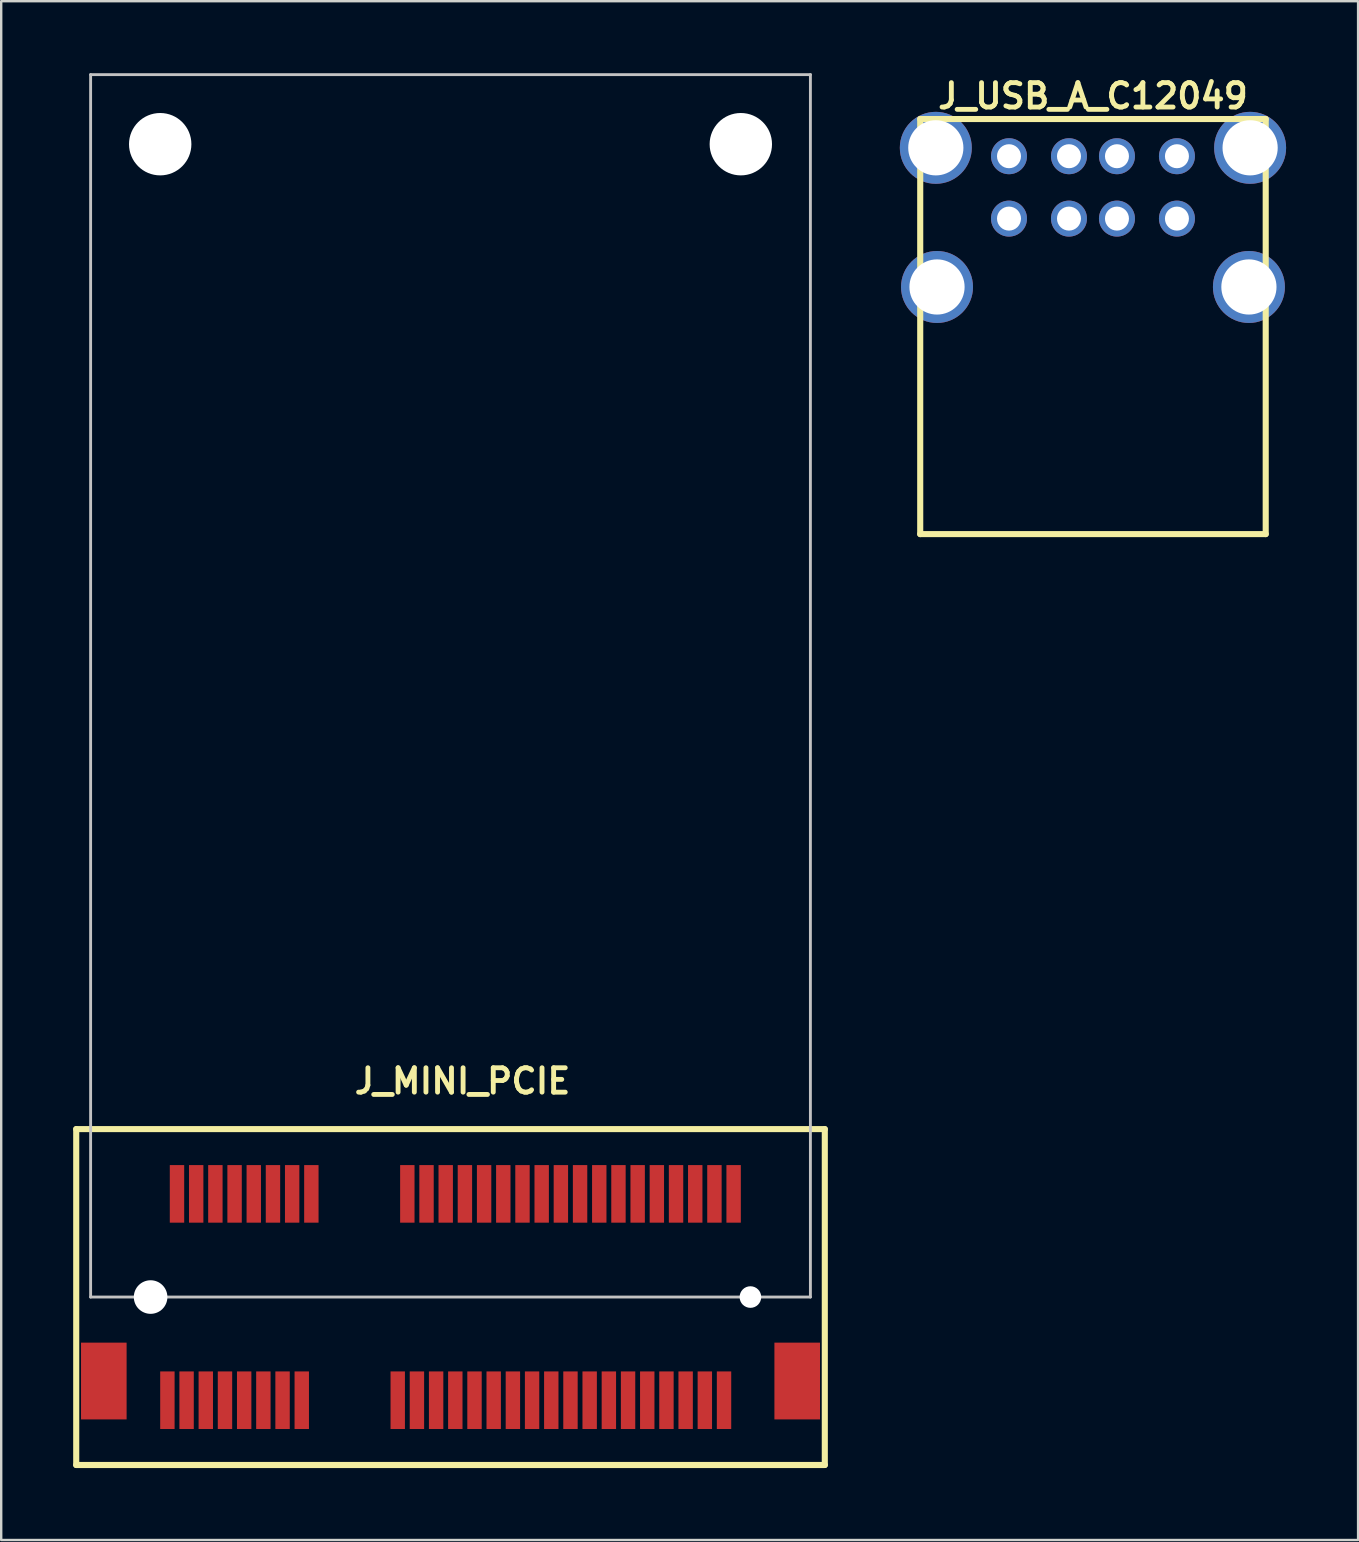
<source format=kicad_pcb>
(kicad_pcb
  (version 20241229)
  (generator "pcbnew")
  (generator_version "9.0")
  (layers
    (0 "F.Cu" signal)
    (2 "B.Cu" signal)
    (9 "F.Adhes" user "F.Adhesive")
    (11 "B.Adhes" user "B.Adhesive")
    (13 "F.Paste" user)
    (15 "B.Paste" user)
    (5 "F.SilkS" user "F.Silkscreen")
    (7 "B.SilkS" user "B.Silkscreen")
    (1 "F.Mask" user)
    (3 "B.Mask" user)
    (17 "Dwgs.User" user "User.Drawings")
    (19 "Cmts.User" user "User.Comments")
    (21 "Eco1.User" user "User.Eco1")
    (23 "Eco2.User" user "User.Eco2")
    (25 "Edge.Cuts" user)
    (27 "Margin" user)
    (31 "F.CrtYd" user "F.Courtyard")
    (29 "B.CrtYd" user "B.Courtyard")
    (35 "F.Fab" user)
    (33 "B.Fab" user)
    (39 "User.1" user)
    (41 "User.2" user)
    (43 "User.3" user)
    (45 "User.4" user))
  (footprint "J_USB_A_C12049"
    (layer "F.Cu")
    (at 42.504 4.761)
    (property "Reference" "J_USB_A_C12049" (at 0 -3.81 0) (layer "F.SilkS") (effects (font (size 1.016 1.016) (thickness 0.203))))
    (property "Value" "${VALUE}" (at 0 16 0) (layer "F.SilkS") (hide yes) (effects (font (size 1.016 0.914) (thickness 0.203))))
    (attr through_hole)
    (fp_line (start -7.2 -2.85) (end -7.2 14.45) (stroke (width 0.254) (type solid)) (layer "F.SilkS"))
    (fp_line (start -7.2 -2.85) (end 7.2 -2.85) (stroke (width 0.254) (type solid)) (layer "F.SilkS"))
    (fp_line (start -7.2 14.45) (end 7.2 14.45) (stroke (width 0.254) (type solid)) (layer "F.SilkS"))
    (fp_line (start 7.2 -2.85) (end 7.2 14.45) (stroke (width 0.254) (type solid)) (layer "F.SilkS"))
    (pad "1" thru_hole circle (at -3.5 -1.3) (size 1.5 1.5) (drill 1) (layers "*.Cu" "*.Mask"))
    (pad "2" thru_hole circle (at -1 -1.3) (size 1.5 1.5) (drill 1) (layers "*.Cu" "*.Mask"))
    (pad "3" thru_hole circle (at 1 -1.3) (size 1.5 1.5) (drill 1) (layers "*.Cu" "*.Mask"))
    (pad "4" thru_hole circle (at 3.5 -1.3) (size 1.5 1.5) (drill 1) (layers "*.Cu" "*.Mask"))
    (pad "5" thru_hole circle (at -3.5 1.3) (size 1.5 1.5) (drill 1) (layers "*.Cu" "*.Mask"))
    (pad "6" thru_hole circle (at -1 1.3) (size 1.5 1.5) (drill 1) (layers "*.Cu" "*.Mask"))
    (pad "7" thru_hole circle (at 1 1.3) (size 1.5 1.5) (drill 1) (layers "*.Cu" "*.Mask"))
    (pad "8" thru_hole circle (at 3.5 1.3) (size 1.5 1.5) (drill 1) (layers "*.Cu" "*.Mask"))
    (pad "S1" thru_hole circle (at -6.55 -1.65) (size 3 3) (drill 2.3) (layers "*.Cu" "*.Mask"))
    (pad "S2" thru_hole circle (at 6.55 -1.65) (size 3 3) (drill 2.3) (layers "*.Cu" "*.Mask"))
    (pad "S3" thru_hole circle (at -6.5 4.15) (size 3 3) (drill 2.3) (layers "*.Cu" "*.Mask"))
    (pad "S4" thru_hole circle (at 6.5 4.15) (size 3 3) (drill 2.3) (layers "*.Cu" "*.Mask")))
  (footprint "J_MINI_PCIE"
    (layer "F.Cu")
    (at 3.227 51.01)
    (property "Reference" "J_MINI_PCIE" (at 13 -9 180) (layer "F.SilkS") (effects (font (size 1.016 1.016) (thickness 0.203))))
    (property "Value" "${VALUE}" (at 13 9 180) (layer "F.SilkS") (hide yes) (effects (font (size 1.016 0.914) (thickness 0.203) (italic yes))))
    (attr through_hole)
    (fp_line (start -3.1 -7) (end -3.1 7) (stroke (width 0.254) (type solid)) (layer "F.SilkS"))
    (fp_line (start -3.1 7) (end 28.1 7) (stroke (width 0.254) (type solid)) (layer "F.SilkS"))
    (fp_line (start 28.1 -7) (end -3.1 -7) (stroke (width 0.254) (type solid)) (layer "F.SilkS"))
    (fp_line (start 28.1 7) (end 28.1 -7) (stroke (width 0.254) (type solid)) (layer "F.SilkS"))
    (fp_line (start -2.5 -50.95) (end -2.5 0) (stroke (width 0.12) (type solid)) (layer "Dwgs.User"))
    (fp_line (start -2.5 -50.95) (end 27.5 -50.95) (stroke (width 0.12) (type solid)) (layer "Dwgs.User"))
    (fp_line (start -2.5 0) (end 27.5 0) (stroke (width 0.12) (type solid)) (layer "Dwgs.User"))
    (fp_line (start 27.5 -50.95) (end 27.5 0) (stroke (width 0.12) (type solid)) (layer "Dwgs.User"))
    (pad "" np_thru_hole circle (at 0 0) (size 1.4 1.4) (drill 1.4) (layers "*.Cu" "*.Mask"))
    (pad "" np_thru_hole circle (at 0.4 -48.05) (size 2.6 2.6) (drill 2.6) (layers "*.Cu" "*.Mask"))
    (pad "" np_thru_hole circle (at 24.6 -48.05) (size 2.6 2.6) (drill 2.6) (layers "*.Cu" "*.Mask"))
    (pad "" np_thru_hole circle (at 25 0) (size 0.9 0.9) (drill 0.9) (layers "*.Cu" "*.Mask"))
    (pad "1" smd rect (at 0.7 4.3) (size 0.6 2.4) (layers "F.Cu" "F.Mask" "F.Paste"))
    (pad "2" smd rect (at 1.1 -4.3) (size 0.6 2.4) (layers "F.Cu" "F.Mask" "F.Paste"))
    (pad "3" smd rect (at 1.5 4.3) (size 0.6 2.4) (layers "F.Cu" "F.Mask" "F.Paste"))
    (pad "4" smd rect (at 1.9 -4.3) (size 0.6 2.4) (layers "F.Cu" "F.Mask" "F.Paste"))
    (pad "5" smd rect (at 2.3 4.3) (size 0.6 2.4) (layers "F.Cu" "F.Mask" "F.Paste"))
    (pad "6" smd rect (at 2.7 -4.3) (size 0.6 2.4) (layers "F.Cu" "F.Mask" "F.Paste"))
    (pad "7" smd rect (at 3.1 4.3) (size 0.6 2.4) (layers "F.Cu" "F.Mask" "F.Paste"))
    (pad "8" smd rect (at 3.5 -4.3) (size 0.6 2.4) (layers "F.Cu" "F.Mask" "F.Paste"))
    (pad "9" smd rect (at 3.9 4.3) (size 0.6 2.4) (layers "F.Cu" "F.Mask" "F.Paste"))
    (pad "10" smd rect (at 4.3 -4.3) (size 0.6 2.4) (layers "F.Cu" "F.Mask" "F.Paste"))
    (pad "11" smd rect (at 4.7 4.3) (size 0.6 2.4) (layers "F.Cu" "F.Mask" "F.Paste"))
    (pad "12" smd rect (at 5.1 -4.3) (size 0.6 2.4) (layers "F.Cu" "F.Mask" "F.Paste"))
    (pad "13" smd rect (at 5.5 4.3) (size 0.6 2.4) (layers "F.Cu" "F.Mask" "F.Paste"))
    (pad "14" smd rect (at 5.9 -4.3) (size 0.6 2.4) (layers "F.Cu" "F.Mask" "F.Paste"))
    (pad "15" smd rect (at 6.3 4.3) (size 0.6 2.4) (layers "F.Cu" "F.Mask" "F.Paste"))
    (pad "16" smd rect (at 6.7 -4.3) (size 0.6 2.4) (layers "F.Cu" "F.Mask" "F.Paste"))
    (pad "17" smd rect (at 10.3 4.3) (size 0.6 2.4) (layers "F.Cu" "F.Mask" "F.Paste"))
    (pad "18" smd rect (at 10.7 -4.3) (size 0.6 2.4) (layers "F.Cu" "F.Mask" "F.Paste"))
    (pad "19" smd rect (at 11.1 4.3) (size 0.6 2.4) (layers "F.Cu" "F.Mask" "F.Paste"))
    (pad "20" smd rect (at 11.5 -4.3) (size 0.6 2.4) (layers "F.Cu" "F.Mask" "F.Paste"))
    (pad "21" smd rect (at 11.9 4.3) (size 0.6 2.4) (layers "F.Cu" "F.Mask" "F.Paste"))
    (pad "22" smd rect (at 12.3 -4.3) (size 0.6 2.4) (layers "F.Cu" "F.Mask" "F.Paste"))
    (pad "23" smd rect (at 12.7 4.3) (size 0.6 2.4) (layers "F.Cu" "F.Mask" "F.Paste"))
    (pad "24" smd rect (at 13.1 -4.3) (size 0.6 2.4) (layers "F.Cu" "F.Mask" "F.Paste"))
    (pad "25" smd rect (at 13.5 4.3) (size 0.6 2.4) (layers "F.Cu" "F.Mask" "F.Paste"))
    (pad "26" smd rect (at 13.9 -4.3) (size 0.6 2.4) (layers "F.Cu" "F.Mask" "F.Paste"))
    (pad "27" smd rect (at 14.3 4.3) (size 0.6 2.4) (layers "F.Cu" "F.Mask" "F.Paste"))
    (pad "28" smd rect (at 14.7 -4.3) (size 0.6 2.4) (layers "F.Cu" "F.Mask" "F.Paste"))
    (pad "29" smd rect (at 15.1 4.3) (size 0.6 2.4) (layers "F.Cu" "F.Mask" "F.Paste"))
    (pad "30" smd rect (at 15.5 -4.3) (size 0.6 2.4) (layers "F.Cu" "F.Mask" "F.Paste"))
    (pad "31" smd rect (at 15.9 4.3) (size 0.6 2.4) (layers "F.Cu" "F.Mask" "F.Paste"))
    (pad "32" smd rect (at 16.3 -4.3) (size 0.6 2.4) (layers "F.Cu" "F.Mask" "F.Paste"))
    (pad "33" smd rect (at 16.7 4.3) (size 0.6 2.4) (layers "F.Cu" "F.Mask" "F.Paste"))
    (pad "34" smd rect (at 17.1 -4.3) (size 0.6 2.4) (layers "F.Cu" "F.Mask" "F.Paste"))
    (pad "35" smd rect (at 17.5 4.3) (size 0.6 2.4) (layers "F.Cu" "F.Mask" "F.Paste"))
    (pad "36" smd rect (at 17.9 -4.3) (size 0.6 2.4) (layers "F.Cu" "F.Mask" "F.Paste"))
    (pad "37" smd rect (at 18.3 4.3) (size 0.6 2.4) (layers "F.Cu" "F.Mask" "F.Paste"))
    (pad "38" smd rect (at 18.7 -4.3) (size 0.6 2.4) (layers "F.Cu" "F.Mask" "F.Paste"))
    (pad "39" smd rect (at 19.1 4.3) (size 0.6 2.4) (layers "F.Cu" "F.Mask" "F.Paste"))
    (pad "40" smd rect (at 19.5 -4.3) (size 0.6 2.4) (layers "F.Cu" "F.Mask" "F.Paste"))
    (pad "41" smd rect (at 19.9 4.3) (size 0.6 2.4) (layers "F.Cu" "F.Mask" "F.Paste"))
    (pad "42" smd rect (at 20.3 -4.3) (size 0.6 2.4) (layers "F.Cu" "F.Mask" "F.Paste"))
    (pad "43" smd rect (at 20.7 4.3) (size 0.6 2.4) (layers "F.Cu" "F.Mask" "F.Paste"))
    (pad "44" smd rect (at 21.1 -4.3) (size 0.6 2.4) (layers "F.Cu" "F.Mask" "F.Paste"))
    (pad "45" smd rect (at 21.5 4.3) (size 0.6 2.4) (layers "F.Cu" "F.Mask" "F.Paste"))
    (pad "46" smd rect (at 21.9 -4.3) (size 0.6 2.4) (layers "F.Cu" "F.Mask" "F.Paste"))
    (pad "47" smd rect (at 22.3 4.3) (size 0.6 2.4) (layers "F.Cu" "F.Mask" "F.Paste"))
    (pad "48" smd rect (at 22.7 -4.3) (size 0.6 2.4) (layers "F.Cu" "F.Mask" "F.Paste"))
    (pad "49" smd rect (at 23.1 4.3) (size 0.6 2.4) (layers "F.Cu" "F.Mask" "F.Paste"))
    (pad "50" smd rect (at 23.5 -4.3) (size 0.6 2.4) (layers "F.Cu" "F.Mask" "F.Paste"))
    (pad "51" smd rect (at 23.9 4.3) (size 0.6 2.4) (layers "F.Cu" "F.Mask" "F.Paste"))
    (pad "52" smd rect (at 24.3 -4.3) (size 0.6 2.4) (layers "F.Cu" "F.Mask" "F.Paste"))
    (pad "S1" smd rect (at -1.95 3.5) (size 1.9 3.2) (layers "F.Cu" "F.Mask" "F.Paste"))
    (pad "S2" smd rect (at 26.95 3.5) (size 1.9 3.2) (layers "F.Cu" "F.Mask" "F.Paste")))
  (gr_rect
    (start -3 -3)
    (end 53.554 61.137)
    (stroke (width 0.1) (type default))
    (fill no)
    (layer "Edge.Cuts")))
</source>
